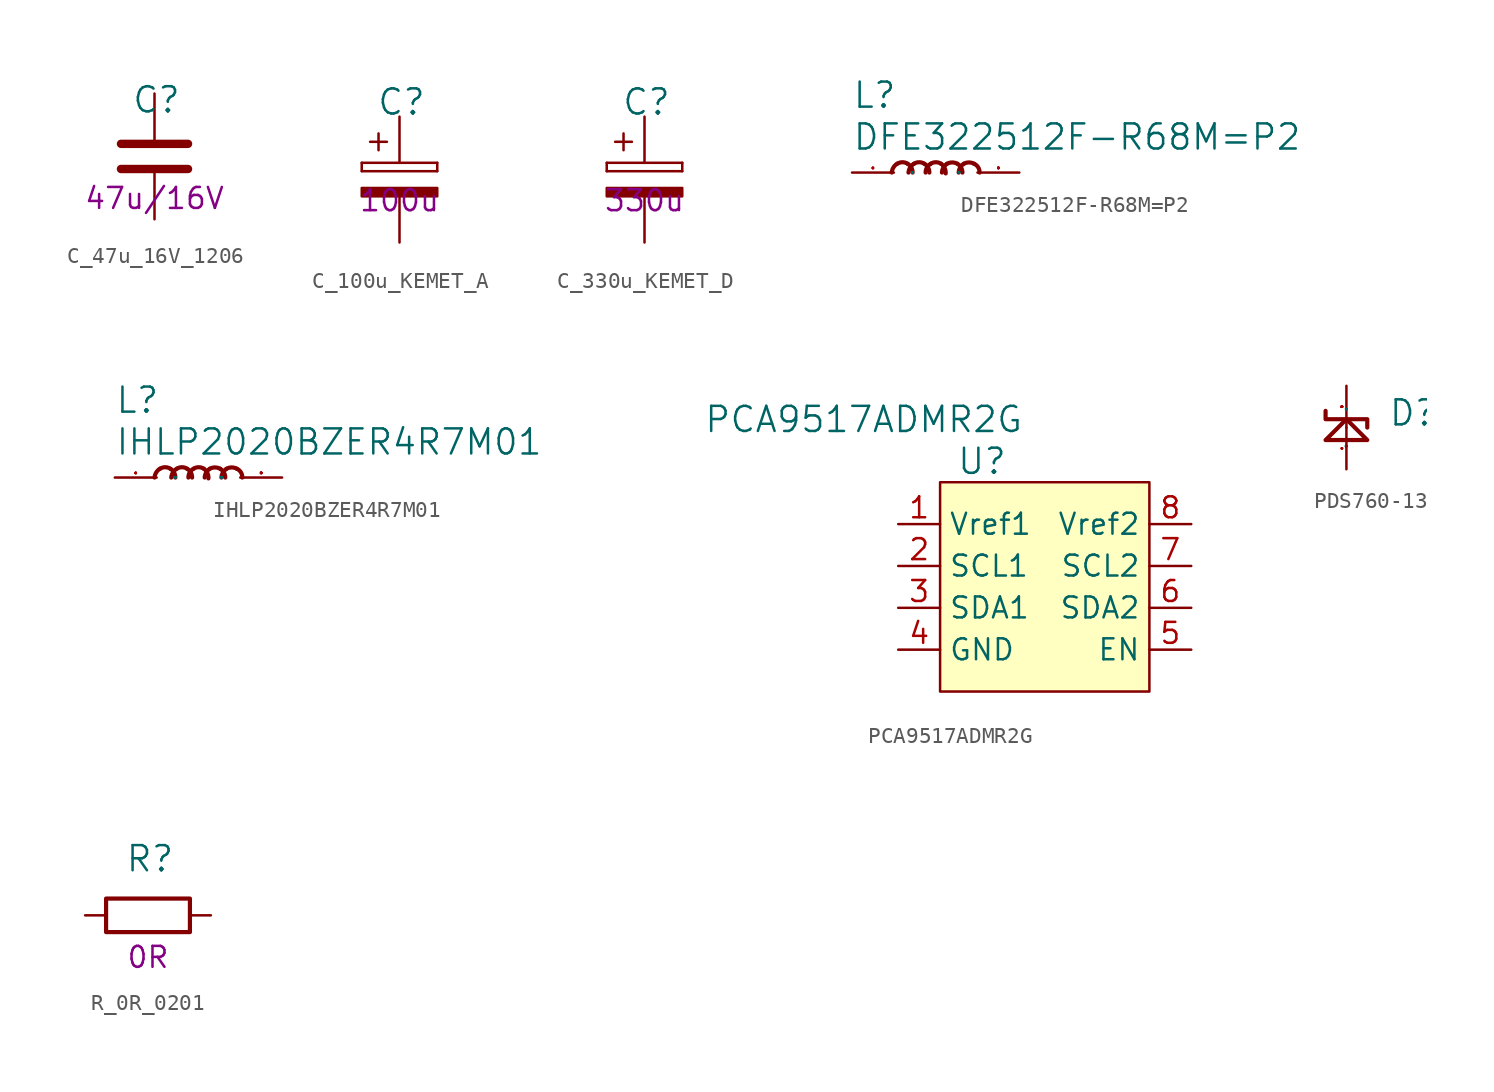
<source format=kicad_sym>
(kicad_symbol_lib
  (version 20211014)
  (generator kicad_symbol_editor)
  (symbol "C_47u_16V_1206"
    (pin_names
      (offset 0))
    (property "Reference" "C"
      (at -1.397 3.429 0)
      (effects (font (size 1.524 1.524)) (justify left)))
    (property "Val" "47u/16V"
      (at 0 -2.54 0)
      (effects (font (size 1.27 1.27))))
    (symbol "C_47u_16V_1206_1_1"
      (polyline (pts (xy -2.032 -0.762) (xy 2.032 -0.762)) (stroke (width 0.508) (type default) (color 0 0 0 0)) (fill (type none)))
      (polyline (pts (xy -2.032 0.762) (xy 2.032 0.762)) (stroke (width 0.508) (type default) (color 0 0 0 0)) (fill (type none)))
      (pin passive line (at 0 3.81 270) (length 2.794) (name "~" (effects (font (size 0 0)))) (number "1" (effects (font (size 0 0)))))
      (pin passive line (at 0 -3.81 90) (length 2.794) (name "~" (effects (font (size 0 0)))) (number "2" (effects (font (size 0 0)))))))
  (symbol "C_100u_KEMET_A"
    (pin_names
      (offset 0))
    (property "Reference" "C"
      (at -1.397 3.429 0)
      (effects (font (size 1.524 1.524)) (justify left)))
    (property "Val" "100u"
      (at 0 -2.54 0)
      (effects (font (size 1.27 1.27))))
    (symbol "C_100u_KEMET_A_1_1"
      (rectangle (start -2.286 -0.762) (end -2.286 -0.254) (stroke (width 0) (type default) (color 0 0 0 0)) (fill (type none)))
      (rectangle (start -2.286 -0.762) (end 2.286 -0.762) (stroke (width 0) (type default) (color 0 0 0 0)) (fill (type none)))
      (polyline (pts (xy -1.778 1.016) (xy -0.762 1.016)) (stroke (width 0) (type default) (color 0 0 0 0)) (fill (type none)))
      (polyline (pts (xy -1.27 1.524) (xy -1.27 0.508)) (stroke (width 0) (type default) (color 0 0 0 0)) (fill (type none)))
      (rectangle (start 2.286 -1.778) (end -2.286 -2.286) (stroke (width 0) (type default) (color 0 0 0 0)) (fill (type outline)))
      (rectangle (start 2.286 -0.254) (end -2.286 -0.254) (stroke (width 0) (type default) (color 0 0 0 0)) (fill (type none)))
      (rectangle (start 2.286 -0.254) (end 2.286 -0.762) (stroke (width 0) (type default) (color 0 0 0 0)) (fill (type none)))
      (pin passive line (at 0 2.54 270) (length 2.794) (name "~" (effects (font (size 0 0)))) (number "1" (effects (font (size 0 0)))))
      (pin passive line (at 0 -5.08 90) (length 2.794) (name "~" (effects (font (size 0 0)))) (number "2" (effects (font (size 0 0)))))))
  (symbol "C_330u_KEMET_D"
    (pin_names
      (offset 0))
    (property "Reference" "C"
      (at -1.397 3.429 0)
      (effects (font (size 1.524 1.524)) (justify left)))
    (property "Val" "330u"
      (at 0 -2.54 0)
      (effects (font (size 1.27 1.27))))
    (symbol "C_330u_KEMET_D_1_1"
      (rectangle (start -2.286 -0.762) (end -2.286 -0.254) (stroke (width 0) (type default) (color 0 0 0 0)) (fill (type none)))
      (rectangle (start -2.286 -0.762) (end 2.286 -0.762) (stroke (width 0) (type default) (color 0 0 0 0)) (fill (type none)))
      (polyline (pts (xy -1.778 1.016) (xy -0.762 1.016)) (stroke (width 0) (type default) (color 0 0 0 0)) (fill (type none)))
      (polyline (pts (xy -1.27 1.524) (xy -1.27 0.508)) (stroke (width 0) (type default) (color 0 0 0 0)) (fill (type none)))
      (rectangle (start 2.286 -1.778) (end -2.286 -2.286) (stroke (width 0) (type default) (color 0 0 0 0)) (fill (type outline)))
      (rectangle (start 2.286 -0.254) (end -2.286 -0.254) (stroke (width 0) (type default) (color 0 0 0 0)) (fill (type none)))
      (rectangle (start 2.286 -0.254) (end 2.286 -0.762) (stroke (width 0) (type default) (color 0 0 0 0)) (fill (type none)))
      (pin passive line (at 0 2.54 270) (length 2.794) (name "~" (effects (font (size 0 0)))) (number "1" (effects (font (size 0 0)))))
      (pin passive line (at 0 -5.08 90) (length 2.794) (name "~" (effects (font (size 0 0)))) (number "2" (effects (font (size 0 0)))))))
  (symbol "DFE322512F-R68M=P2"
    (pin_names
      (offset 1.016))
    (property "Reference" "L"
      (at -5.08 3.81 0)
      (effects (font (size 1.524 1.524)) (justify left bottom)))
    (property "Value" "DFE322512F-R68M=P2"
      (at -5.08 1.27 0)
      (effects (font (size 1.524 1.524)) (justify left bottom)))
    (symbol "DFE322512F-R68M=P2_0_1"
      (pin passive line (at -5.08 0 0) (length 2.54) (name "P" (effects (font (size 0.025 0.025)))) (number "1" (effects (font (size 0.025 0.025)))))
      (pin passive line (at 5.08 0 180) (length 2.54) (name "P" (effects (font (size 0.025 0.025)))) (number "2" (effects (font (size 0.025 0.025))))))
    (symbol "DFE322512F-R68M=P2_1_1"
      (arc (start -2.3368 0.5334) (mid -2.5634 0.3084) (end -2.667 0) (stroke (width 0.254) (type default) (color 0 0 0 0)) (fill (type none)))
      (arc (start -1.7018 0.5334) (mid -2.021 0.6272) (end -2.3368 0.5334) (stroke (width 0.254) (type default) (color 0 0 0 0)) (fill (type none)))
      (arc (start -1.397 0) (mid -1.4773 0.309) (end -1.7018 0.5334) (stroke (width 0.254) (type default) (color 0 0 0 0)) (fill (type none)))
      (arc (start -1.3208 0.5334) (mid -1.5474 0.3084) (end -1.651 0) (stroke (width 0.254) (type default) (color 0 0 0 0)) (fill (type none)))
      (arc (start -0.6858 0.5334) (mid -1.005 0.6272) (end -1.3208 0.5334) (stroke (width 0.254) (type default) (color 0 0 0 0)) (fill (type none)))
      (arc (start -0.381 0) (mid -0.4613 0.309) (end -0.6858 0.5334) (stroke (width 0.254) (type default) (color 0 0 0 0)) (fill (type none)))
      (arc (start -0.3048 0.5334) (mid -0.5314 0.3084) (end -0.6096 0) (stroke (width 0.254) (type default) (color 0 0 0 0)) (fill (type none)))
      (arc (start 0.3302 0.5334) (mid 0.011 0.6272) (end -0.3048 0.5334) (stroke (width 0.254) (type default) (color 0 0 0 0)) (fill (type none)))
      (arc (start 0.6096 -0.0508) (mid 0.5463 0.2752) (end 0.3302 0.5334) (stroke (width 0.254) (type default) (color 0 0 0 0)) (fill (type none)))
      (arc (start 0.6858 0.5334) (mid 0.468 0.3053) (end 0.381 0) (stroke (width 0.254) (type default) (color 0 0 0 0)) (fill (type none)))
      (arc (start 1.3208 0.5334) (mid 1.0052 0.6142) (end 0.6858 0.5334) (stroke (width 0.254) (type default) (color 0 0 0 0)) (fill (type none)))
      (arc (start 1.6256 0) (mid 1.5432 0.306) (end 1.3208 0.5334) (stroke (width 0.254) (type default) (color 0 0 0 0)) (fill (type none)))
      (arc (start 1.7018 0.5334) (mid 1.484 0.3053) (end 1.397 0) (stroke (width 0.254) (type default) (color 0 0 0 0)) (fill (type none)))
      (arc (start 2.3368 0.5334) (mid 2.0212 0.6142) (end 1.7018 0.5334) (stroke (width 0.254) (type default) (color 0 0 0 0)) (fill (type none)))
      (arc (start 2.667 0) (mid 2.5812 0.3187) (end 2.3368 0.5334) (stroke (width 0.254) (type default) (color 0 0 0 0)) (fill (type none)))))
  (symbol "IHLP2020BZER4R7M01"
    (pin_names
      (offset 1.016))
    (property "Reference" "L"
      (at -5.08 3.81 0)
      (effects (font (size 1.524 1.524)) (justify left bottom)))
    (property "Value" "IHLP2020BZER4R7M01"
      (at -5.08 1.27 0)
      (effects (font (size 1.524 1.524)) (justify left bottom)))
    (symbol "IHLP2020BZER4R7M01_0_1"
      (pin passive line (at -5.08 0 0) (length 2.54) (name "P" (effects (font (size 0.025 0.025)))) (number "1" (effects (font (size 0.025 0.025)))))
      (pin passive line (at 5.08 0 180) (length 2.54) (name "P" (effects (font (size 0.025 0.025)))) (number "2" (effects (font (size 0.025 0.025))))))
    (symbol "IHLP2020BZER4R7M01_1_1"
      (arc (start -2.3368 0.5334) (mid -2.5634 0.3084) (end -2.667 0) (stroke (width 0.254) (type default) (color 0 0 0 0)) (fill (type none)))
      (arc (start -1.7018 0.5334) (mid -2.021 0.6272) (end -2.3368 0.5334) (stroke (width 0.254) (type default) (color 0 0 0 0)) (fill (type none)))
      (arc (start -1.397 0) (mid -1.4773 0.309) (end -1.7018 0.5334) (stroke (width 0.254) (type default) (color 0 0 0 0)) (fill (type none)))
      (arc (start -1.3208 0.5334) (mid -1.5474 0.3084) (end -1.651 0) (stroke (width 0.254) (type default) (color 0 0 0 0)) (fill (type none)))
      (arc (start -0.6858 0.5334) (mid -1.005 0.6272) (end -1.3208 0.5334) (stroke (width 0.254) (type default) (color 0 0 0 0)) (fill (type none)))
      (arc (start -0.381 0) (mid -0.4613 0.309) (end -0.6858 0.5334) (stroke (width 0.254) (type default) (color 0 0 0 0)) (fill (type none)))
      (arc (start -0.3048 0.5334) (mid -0.5314 0.3084) (end -0.6096 0) (stroke (width 0.254) (type default) (color 0 0 0 0)) (fill (type none)))
      (arc (start 0.3302 0.5334) (mid 0.011 0.6272) (end -0.3048 0.5334) (stroke (width 0.254) (type default) (color 0 0 0 0)) (fill (type none)))
      (arc (start 0.6096 -0.0508) (mid 0.5463 0.2752) (end 0.3302 0.5334) (stroke (width 0.254) (type default) (color 0 0 0 0)) (fill (type none)))
      (arc (start 0.6858 0.5334) (mid 0.468 0.3053) (end 0.381 0) (stroke (width 0.254) (type default) (color 0 0 0 0)) (fill (type none)))
      (arc (start 1.3208 0.5334) (mid 1.0052 0.6142) (end 0.6858 0.5334) (stroke (width 0.254) (type default) (color 0 0 0 0)) (fill (type none)))
      (arc (start 1.6256 0) (mid 1.5432 0.306) (end 1.3208 0.5334) (stroke (width 0.254) (type default) (color 0 0 0 0)) (fill (type none)))
      (arc (start 1.7018 0.5334) (mid 1.484 0.3053) (end 1.397 0) (stroke (width 0.254) (type default) (color 0 0 0 0)) (fill (type none)))
      (arc (start 2.3368 0.5334) (mid 2.0212 0.6142) (end 1.7018 0.5334) (stroke (width 0.254) (type default) (color 0 0 0 0)) (fill (type none)))
      (arc (start 2.667 0) (mid 2.5812 0.3187) (end 2.3368 0.5334) (stroke (width 0.254) (type default) (color 0 0 0 0)) (fill (type none)))))
  (symbol "PCA9517ADMR2G"
    (property "Reference" "U"
      (at -5.08 11.43 0)
      (effects (font (size 1.524 1.524))))
    (property "Value" "PCA9517ADMR2G"
      (at -2.54 13.97 0)
      (effects (font (size 1.524 1.524)) (justify right)))
    (symbol "PCA9517ADMR2G_0_1"
      (rectangle (start 5.08 10.16) (end -7.62 -2.54) (stroke (width 0) (type default) (color 0 0 0 0)) (fill (type background))))
    (symbol "PCA9517ADMR2G_1_1"
      (pin power_in line (at -10.16 7.62 0) (length 2.54) (name "Vref1" (effects (font (size 1.27 1.27)))) (number "1" (effects (font (size 1.27 1.27)))))
      (pin input line (at -10.16 5.08 0) (length 2.54) (name "SCL1" (effects (font (size 1.27 1.27)))) (number "2" (effects (font (size 1.27 1.27)))))
      (pin bidirectional line (at -10.16 2.54 0) (length 2.54) (name "SDA1" (effects (font (size 1.27 1.27)))) (number "3" (effects (font (size 1.27 1.27)))))
      (pin power_in line (at -10.16 0 0) (length 2.54) (name "GND" (effects (font (size 1.27 1.27)))) (number "4" (effects (font (size 1.27 1.27)))))
      (pin input line (at 7.62 0 180) (length 2.54) (name "EN" (effects (font (size 1.27 1.27)))) (number "5" (effects (font (size 1.27 1.27)))))
      (pin bidirectional line (at 7.62 2.54 180) (length 2.54) (name "SDA2" (effects (font (size 1.27 1.27)))) (number "6" (effects (font (size 1.27 1.27)))))
      (pin input line (at 7.62 5.08 180) (length 2.54) (name "SCL2" (effects (font (size 1.27 1.27)))) (number "7" (effects (font (size 1.27 1.27)))))
      (pin power_in line (at 7.62 7.62 180) (length 2.54) (name "Vref2" (effects (font (size 1.27 1.27)))) (number "8" (effects (font (size 1.27 1.27)))))))
  (symbol "PDS760-13"
    (pin_names
      (offset 1.016))
    (property "Reference" "D"
      (at 2.54 0 0)
      (effects (font (size 1.524 1.524)) (justify left bottom)))
    (symbol "PDS760-13_0_1"
      (polyline (pts (xy -1.27 -0.762) (xy 1.27 -0.762) (xy 0 0.508) (xy -1.27 -0.762)) (stroke (width 0.254) (type default) (color 0 0 0 0)) (fill (type none)))
      (polyline (pts (xy -1.27 1.016) (xy -1.27 0.508) (xy 1.27 0.508) (xy 1.27 0)) (stroke (width 0.254) (type default) (color 0 0 0 0)) (fill (type none)))
      (pin passive line (at 0 -2.54 90) (length 2.54) (name "A" (effects (font (size 0.025 0.025)))) (number "A" (effects (font (size 0.025 0.025)))))
      (pin passive line (at 0 2.54 270) (length 2.54) (name "C" (effects (font (size 0.025 0.025)))) (number "C" (effects (font (size 0.025 0.025)))))))
  (symbol "R_0R_0201"
    (pin_names
      (offset 0))
    (property "Reference" "R"
      (at -1.397 3.429 0)
      (effects (font (size 1.524 1.524)) (justify left)))
    (property "Val" "0R"
      (at 0 -2.54 0)
      (effects (font (size 1.27 1.27))))
    (symbol "R_0R_0201_1_1"
      (rectangle (start 2.54 -1.016) (end -2.54 1.016) (stroke (width 0.254) (type default) (color 0 0 0 0)) (fill (type none)))
      (pin passive line (at -3.81 0 0) (length 1.27) (name "~" (effects (font (size 0 0)))) (number "1" (effects (font (size 0 0)))))
      (pin passive line (at 3.81 0 180) (length 1.27) (name "~" (effects (font (size 0 0)))) (number "2" (effects (font (size 0 0))))))))
</source>
